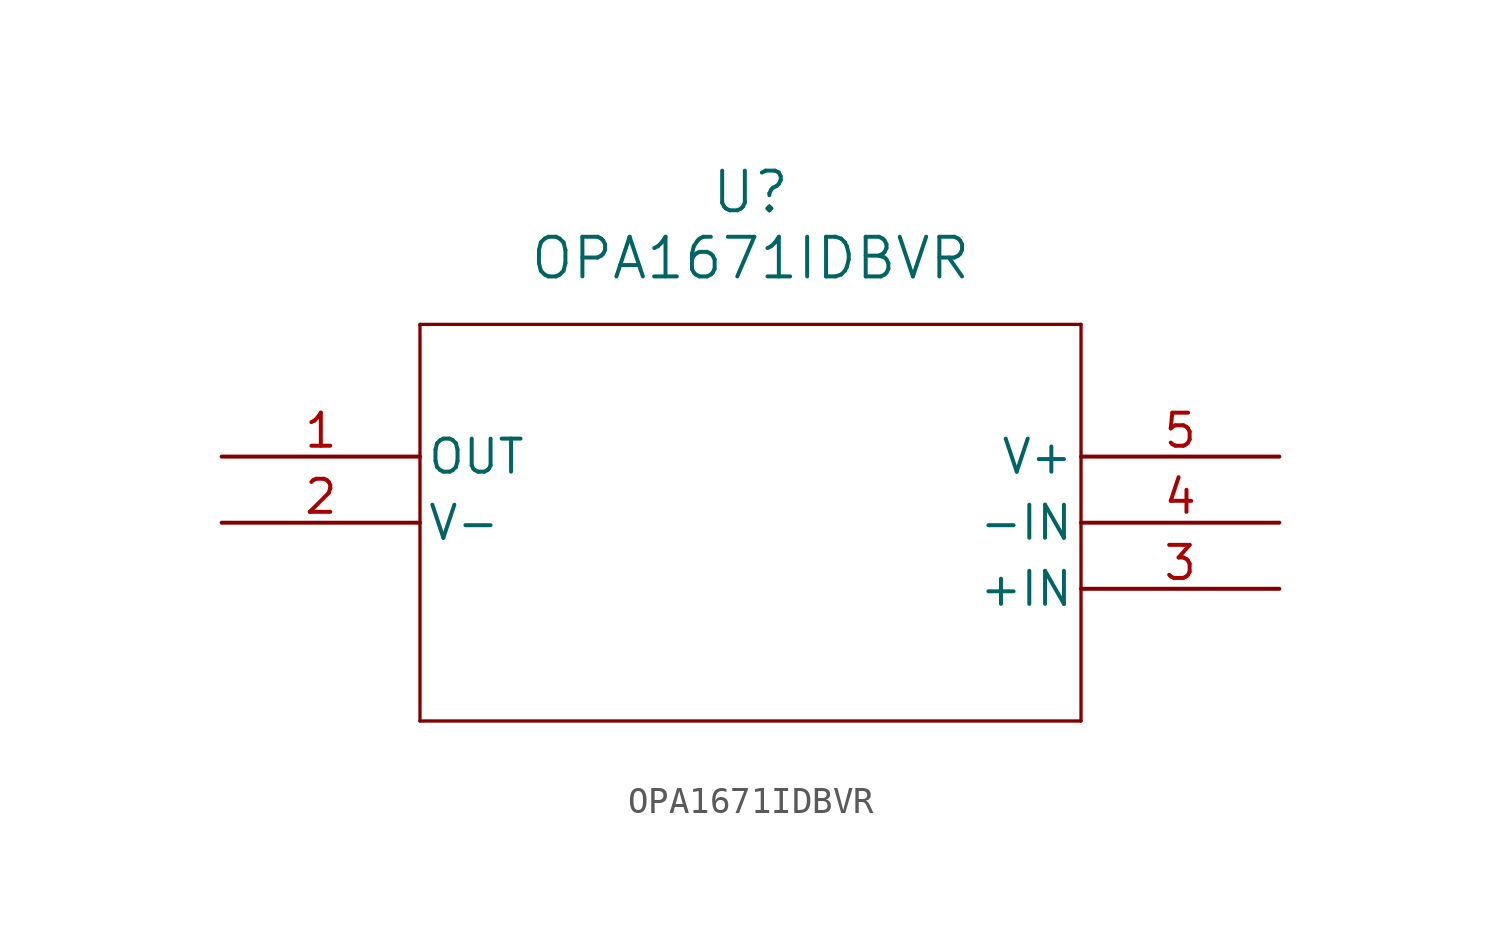
<source format=kicad_sym>
(kicad_symbol_lib
  (version 20211014)
  (generator kicad_symbol_editor)
  (symbol "OPA1671IDBVR"
    (pin_names
      (offset 0.254))
    (property "Reference" "U"
      (at 20.32 10.16 0)
      (effects (font (size 1.524 1.524))))
    (property "Value" "OPA1671IDBVR"
      (at 20.32 7.62 0)
      (effects (font (size 1.524 1.524))))
    (symbol "OPA1671IDBVR_0_1"
      (polyline (pts (xy 7.62 5.08) (xy 7.62 -10.16)) (stroke (width 0.127) (type default) (color 0 0 0 0)) (fill (type none)))
      (polyline (pts (xy 7.62 -10.16) (xy 33.02 -10.16)) (stroke (width 0.127) (type default) (color 0 0 0 0)) (fill (type none)))
      (polyline (pts (xy 33.02 -10.16) (xy 33.02 5.08)) (stroke (width 0.127) (type default) (color 0 0 0 0)) (fill (type none)))
      (polyline (pts (xy 33.02 5.08) (xy 7.62 5.08)) (stroke (width 0.127) (type default) (color 0 0 0 0)) (fill (type none)))
      (pin output line (at 0 0 0) (length 7.62) (name "OUT" (effects (font (size 1.27 1.27)))) (number "1" (effects (font (size 1.27 1.27)))))
      (pin power_in line (at 0 -2.54 0) (length 7.62) (name "V-" (effects (font (size 1.27 1.27)))) (number "2" (effects (font (size 1.27 1.27)))))
      (pin input line (at 40.64 -5.08 180) (length 7.62) (name "+IN" (effects (font (size 1.27 1.27)))) (number "3" (effects (font (size 1.27 1.27)))))
      (pin input line (at 40.64 -2.54 180) (length 7.62) (name "-IN" (effects (font (size 1.27 1.27)))) (number "4" (effects (font (size 1.27 1.27)))))
      (pin power_in line (at 40.64 0 180) (length 7.62) (name "V+" (effects (font (size 1.27 1.27)))) (number "5" (effects (font (size 1.27 1.27))))))))
</source>
